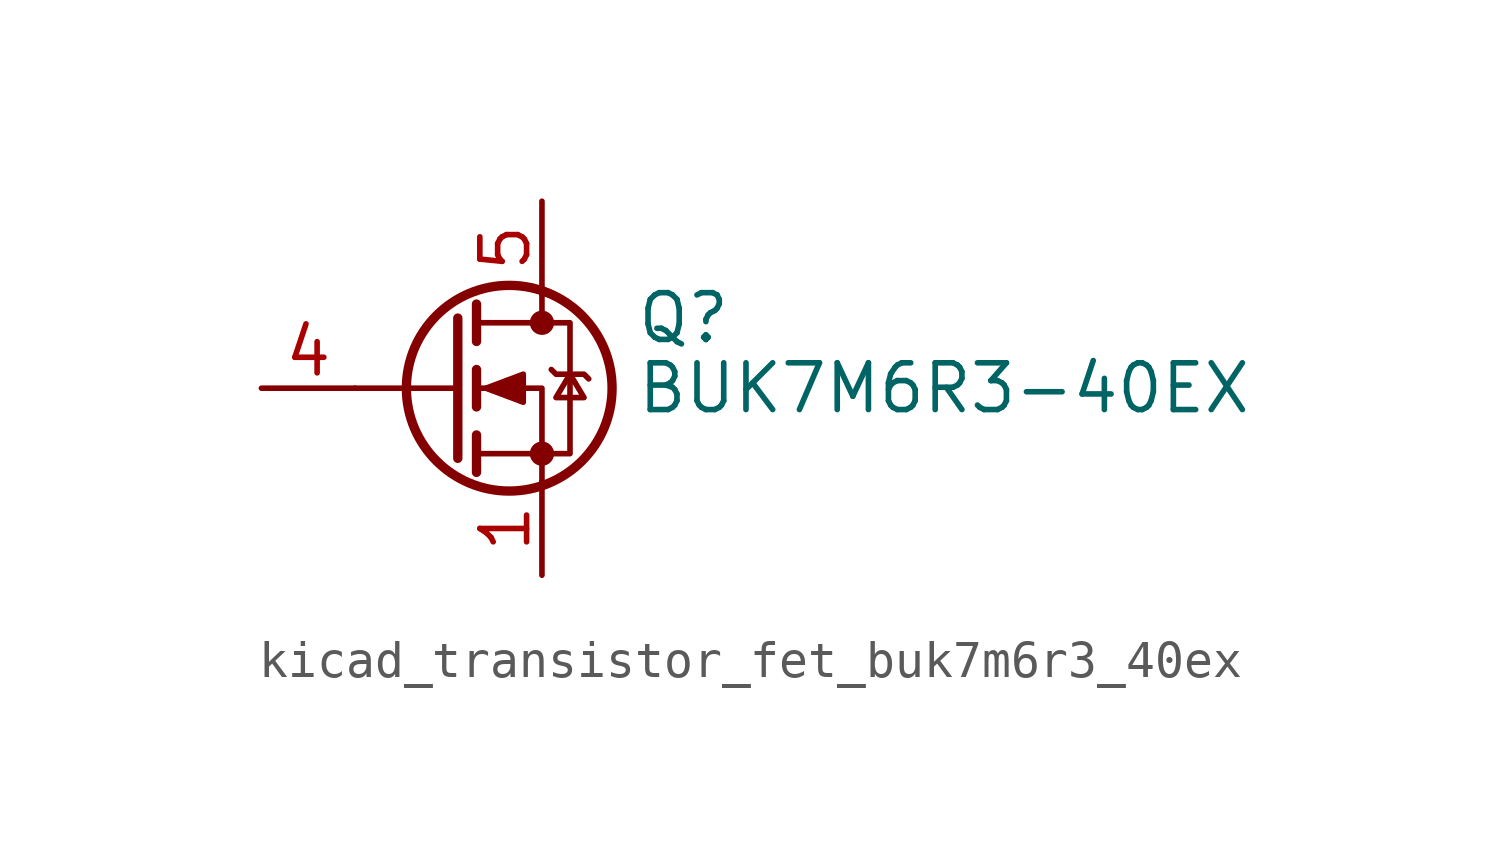
<source format=kicad_sym>
(kicad_symbol_lib
  (version 20220914)
  (generator kicad_symbol_editor)
  (symbol "kicad_transistor_fet_buk7m6r3_40ex"
    (pin_names hide)
    (property "Reference" "Q"
      (at 5.08 1.905 0)
      (effects (font (size 1.27 1.27)) (justify left)))
    (property "Value" "BUK7M6R3-40EX"
      (at 5.08 0 0)
      (effects (font (size 1.27 1.27)) (justify left)))
    (symbol "kicad_transistor_fet_buk7m6r3_40ex_0_1"
      (polyline (pts (xy 0.254 0) (xy -2.54 0)) (stroke (width 0) (type default)) (fill (type none)))
      (polyline (pts (xy 0.254 1.905) (xy 0.254 -1.905)) (stroke (width 0.254) (type default)) (fill (type none)))
      (polyline (pts (xy 0.762 -1.27) (xy 0.762 -2.286)) (stroke (width 0.254) (type default)) (fill (type none)))
      (polyline (pts (xy 0.762 0.508) (xy 0.762 -0.508)) (stroke (width 0.254) (type default)) (fill (type none)))
      (polyline (pts (xy 0.762 2.286) (xy 0.762 1.27)) (stroke (width 0.254) (type default)) (fill (type none)))
      (polyline (pts (xy 2.54 2.54) (xy 2.54 1.778)) (stroke (width 0) (type default)) (fill (type none)))
      (polyline (pts (xy 2.54 -2.54) (xy 2.54 0) (xy 0.762 0)) (stroke (width 0) (type default)) (fill (type none)))
      (polyline (pts (xy 0.762 -1.778) (xy 3.302 -1.778) (xy 3.302 1.778) (xy 0.762 1.778)) (stroke (width 0) (type default)) (fill (type none)))
      (polyline (pts (xy 1.016 0) (xy 2.032 0.381) (xy 2.032 -0.381) (xy 1.016 0)) (stroke (width 0) (type default)) (fill (type outline)))
      (polyline (pts (xy 2.794 0.508) (xy 2.921 0.381) (xy 3.683 0.381) (xy 3.81 0.254)) (stroke (width 0) (type default)) (fill (type none)))
      (polyline (pts (xy 3.302 0.381) (xy 2.921 -0.254) (xy 3.683 -0.254) (xy 3.302 0.381)) (stroke (width 0) (type default)) (fill (type none)))
      (circle (center 1.651 0) (radius 2.794) (stroke (width 0.254) (type default)) (fill (type none)))
      (circle (center 2.54 -1.778) (radius 0.254) (stroke (width 0) (type default)) (fill (type outline)))
      (circle (center 2.54 1.778) (radius 0.254) (stroke (width 0) (type default)) (fill (type outline))))
    (symbol "kicad_transistor_fet_buk7m6r3_40ex_1_1"
      (pin passive line (at 2.54 -5.08 90) (length 2.54) (name "S" (effects (font (size 1.27 1.27)))) (number "1" (effects (font (size 1.27 1.27)))))
      (pin passive line (at 2.54 -5.08 90) (length 2.54) hide (name "S" (effects (font (size 1.27 1.27)))) (number "2" (effects (font (size 1.27 1.27)))))
      (pin passive line (at 2.54 -5.08 90) (length 2.54) hide (name "S" (effects (font (size 1.27 1.27)))) (number "3" (effects (font (size 1.27 1.27)))))
      (pin passive line (at -5.08 0 0) (length 2.54) (name "G" (effects (font (size 1.27 1.27)))) (number "4" (effects (font (size 1.27 1.27)))))
      (pin passive line (at 2.54 5.08 270) (length 2.54) (name "D" (effects (font (size 1.27 1.27)))) (number "5" (effects (font (size 1.27 1.27))))))))
</source>
